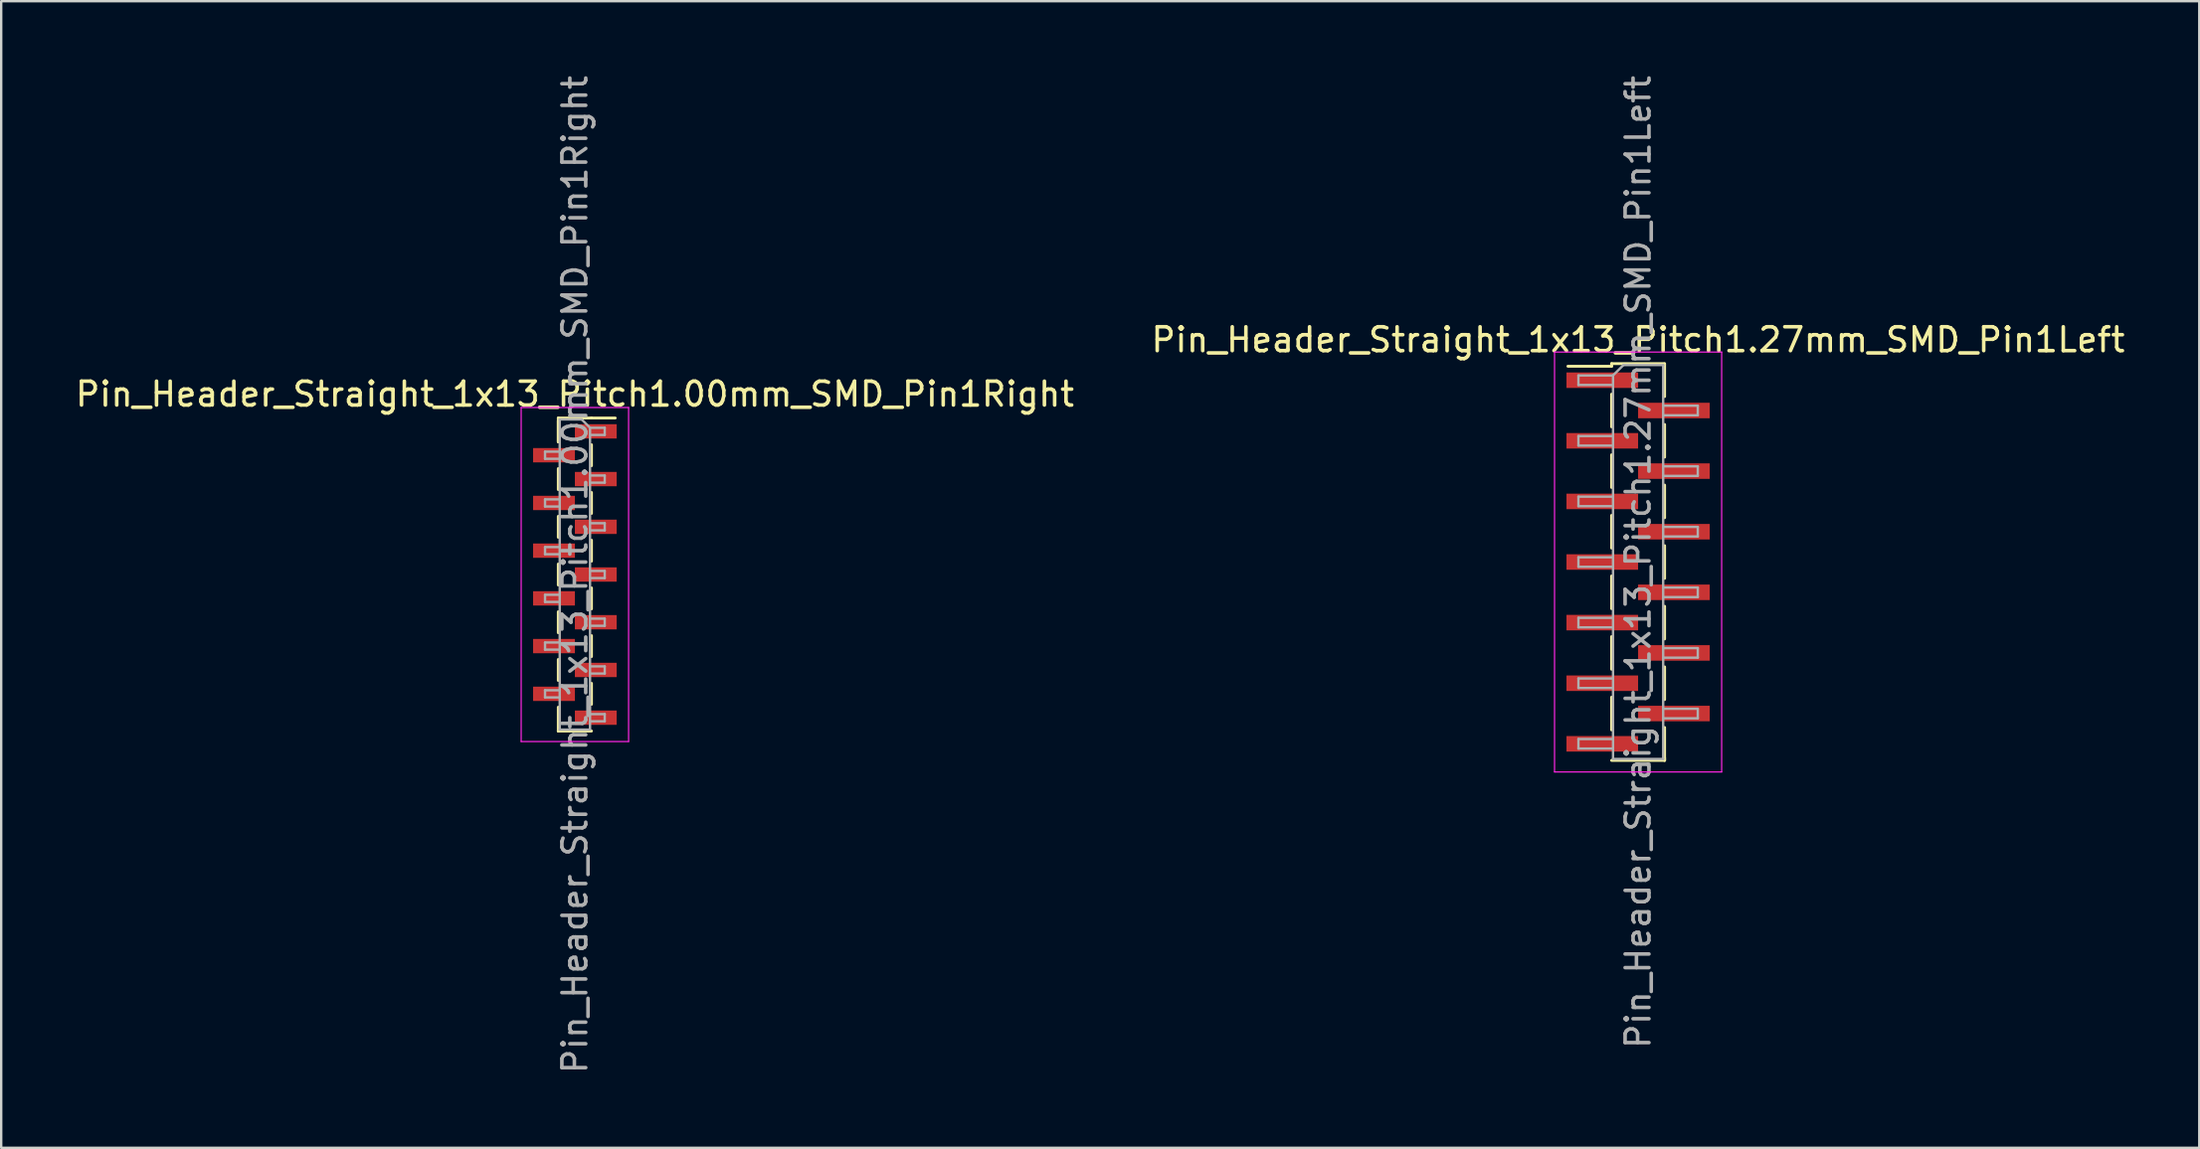
<source format=kicad_pcb>
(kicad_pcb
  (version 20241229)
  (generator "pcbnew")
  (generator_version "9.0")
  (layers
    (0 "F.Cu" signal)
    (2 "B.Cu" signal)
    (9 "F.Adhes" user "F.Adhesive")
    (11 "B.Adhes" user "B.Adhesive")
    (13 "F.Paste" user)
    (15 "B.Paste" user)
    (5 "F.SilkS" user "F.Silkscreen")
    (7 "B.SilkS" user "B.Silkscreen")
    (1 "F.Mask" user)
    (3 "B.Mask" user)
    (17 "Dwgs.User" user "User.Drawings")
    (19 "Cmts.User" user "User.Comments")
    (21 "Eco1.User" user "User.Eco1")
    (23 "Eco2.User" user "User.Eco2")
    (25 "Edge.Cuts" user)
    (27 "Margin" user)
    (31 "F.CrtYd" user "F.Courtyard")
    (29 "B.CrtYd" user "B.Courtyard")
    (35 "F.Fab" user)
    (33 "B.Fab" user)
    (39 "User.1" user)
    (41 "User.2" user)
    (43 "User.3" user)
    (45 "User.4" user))
  (footprint "Pin_Header_Straight_1x13_Pitch1.00mm_SMD_Pin1Right"
    (layer "F.Cu")
    (at 21.03 21.03)
    (property "Reference" "Pin_Header_Straight_1x13_Pitch1.00mm_SMD_Pin1Right" (at 0 -7.56 0) (layer "F.SilkS") (effects (font (size 1 1) (thickness 0.15))))
    (attr smd)
    (fp_line (start -0.695 -6.56) (end -0.695 -5.56) (stroke (width 0.12) (type solid)) (layer "F.SilkS"))
    (fp_line (start -0.695 -6.56) (end 0.695 -6.56) (stroke (width 0.12) (type solid)) (layer "F.SilkS"))
    (fp_line (start -0.695 -6.44) (end -0.695 -5.56) (stroke (width 0.12) (type solid)) (layer "F.SilkS"))
    (fp_line (start -0.695 -4.44) (end -0.695 -3.56) (stroke (width 0.12) (type solid)) (layer "F.SilkS"))
    (fp_line (start -0.695 -2.44) (end -0.695 -1.56) (stroke (width 0.12) (type solid)) (layer "F.SilkS"))
    (fp_line (start -0.695 -0.44) (end -0.695 0.44) (stroke (width 0.12) (type solid)) (layer "F.SilkS"))
    (fp_line (start -0.695 1.56) (end -0.695 2.44) (stroke (width 0.12) (type solid)) (layer "F.SilkS"))
    (fp_line (start -0.695 3.56) (end -0.695 4.44) (stroke (width 0.12) (type solid)) (layer "F.SilkS"))
    (fp_line (start -0.695 5.56) (end -0.695 6.56) (stroke (width 0.12) (type solid)) (layer "F.SilkS"))
    (fp_line (start -0.695 6.56) (end -0.695 6.56) (stroke (width 0.12) (type solid)) (layer "F.SilkS"))
    (fp_line (start -0.695 6.56) (end 0.695 6.56) (stroke (width 0.12) (type solid)) (layer "F.SilkS"))
    (fp_line (start 0.695 -6.56) (end 0.695 -6.56) (stroke (width 0.12) (type solid)) (layer "F.SilkS"))
    (fp_line (start 0.695 -6.56) (end 1.69 -6.56) (stroke (width 0.12) (type solid)) (layer "F.SilkS"))
    (fp_line (start 0.695 -5.44) (end 0.695 -4.56) (stroke (width 0.12) (type solid)) (layer "F.SilkS"))
    (fp_line (start 0.695 -3.44) (end 0.695 -2.56) (stroke (width 0.12) (type solid)) (layer "F.SilkS"))
    (fp_line (start 0.695 -1.44) (end 0.695 -0.56) (stroke (width 0.12) (type solid)) (layer "F.SilkS"))
    (fp_line (start 0.695 0.56) (end 0.695 1.44) (stroke (width 0.12) (type solid)) (layer "F.SilkS"))
    (fp_line (start 0.695 2.56) (end 0.695 3.44) (stroke (width 0.12) (type solid)) (layer "F.SilkS"))
    (fp_line (start 0.695 4.56) (end 0.695 5.44) (stroke (width 0.12) (type solid)) (layer "F.SilkS"))
    (fp_line (start -2.25 -7) (end -2.25 7) (stroke (width 0.05) (type solid)) (layer "F.CrtYd"))
    (fp_line (start -2.25 7) (end 2.25 7) (stroke (width 0.05) (type solid)) (layer "F.CrtYd"))
    (fp_line (start 2.25 -7) (end -2.25 -7) (stroke (width 0.05) (type solid)) (layer "F.CrtYd"))
    (fp_line (start 2.25 7) (end 2.25 -7) (stroke (width 0.05) (type solid)) (layer "F.CrtYd"))
    (fp_line (start -1.25 -5.15) (end -1.25 -4.85) (stroke (width 0.1) (type solid)) (layer "F.Fab"))
    (fp_line (start -1.25 -4.85) (end -0.635 -4.85) (stroke (width 0.1) (type solid)) (layer "F.Fab"))
    (fp_line (start -1.25 -3.15) (end -1.25 -2.85) (stroke (width 0.1) (type solid)) (layer "F.Fab"))
    (fp_line (start -1.25 -2.85) (end -0.635 -2.85) (stroke (width 0.1) (type solid)) (layer "F.Fab"))
    (fp_line (start -1.25 -1.15) (end -1.25 -0.85) (stroke (width 0.1) (type solid)) (layer "F.Fab"))
    (fp_line (start -1.25 -0.85) (end -0.635 -0.85) (stroke (width 0.1) (type solid)) (layer "F.Fab"))
    (fp_line (start -1.25 0.85) (end -1.25 1.15) (stroke (width 0.1) (type solid)) (layer "F.Fab"))
    (fp_line (start -1.25 1.15) (end -0.635 1.15) (stroke (width 0.1) (type solid)) (layer "F.Fab"))
    (fp_line (start -1.25 2.85) (end -1.25 3.15) (stroke (width 0.1) (type solid)) (layer "F.Fab"))
    (fp_line (start -1.25 3.15) (end -0.635 3.15) (stroke (width 0.1) (type solid)) (layer "F.Fab"))
    (fp_line (start -1.25 4.85) (end -1.25 5.15) (stroke (width 0.1) (type solid)) (layer "F.Fab"))
    (fp_line (start -1.25 5.15) (end -0.635 5.15) (stroke (width 0.1) (type solid)) (layer "F.Fab"))
    (fp_line (start -0.635 -6.5) (end -0.635 6.5) (stroke (width 0.1) (type solid)) (layer "F.Fab"))
    (fp_line (start -0.635 -6.5) (end 0.285 -6.5) (stroke (width 0.1) (type solid)) (layer "F.Fab"))
    (fp_line (start -0.635 -5.15) (end -1.25 -5.15) (stroke (width 0.1) (type solid)) (layer "F.Fab"))
    (fp_line (start -0.635 -3.15) (end -1.25 -3.15) (stroke (width 0.1) (type solid)) (layer "F.Fab"))
    (fp_line (start -0.635 -1.15) (end -1.25 -1.15) (stroke (width 0.1) (type solid)) (layer "F.Fab"))
    (fp_line (start -0.635 0.85) (end -1.25 0.85) (stroke (width 0.1) (type solid)) (layer "F.Fab"))
    (fp_line (start -0.635 2.85) (end -1.25 2.85) (stroke (width 0.1) (type solid)) (layer "F.Fab"))
    (fp_line (start -0.635 4.85) (end -1.25 4.85) (stroke (width 0.1) (type solid)) (layer "F.Fab"))
    (fp_line (start 0.635 -6.15) (end 0.285 -6.5) (stroke (width 0.1) (type solid)) (layer "F.Fab"))
    (fp_line (start 0.635 -6.15) (end 1.25 -6.15) (stroke (width 0.1) (type solid)) (layer "F.Fab"))
    (fp_line (start 0.635 -4.15) (end 1.25 -4.15) (stroke (width 0.1) (type solid)) (layer "F.Fab"))
    (fp_line (start 0.635 -2.15) (end 1.25 -2.15) (stroke (width 0.1) (type solid)) (layer "F.Fab"))
    (fp_line (start 0.635 -0.15) (end 1.25 -0.15) (stroke (width 0.1) (type solid)) (layer "F.Fab"))
    (fp_line (start 0.635 1.85) (end 1.25 1.85) (stroke (width 0.1) (type solid)) (layer "F.Fab"))
    (fp_line (start 0.635 3.85) (end 1.25 3.85) (stroke (width 0.1) (type solid)) (layer "F.Fab"))
    (fp_line (start 0.635 5.85) (end 1.25 5.85) (stroke (width 0.1) (type solid)) (layer "F.Fab"))
    (fp_line (start 0.635 6.5) (end -0.635 6.5) (stroke (width 0.1) (type solid)) (layer "F.Fab"))
    (fp_line (start 0.635 6.5) (end 0.635 -6.15) (stroke (width 0.1) (type solid)) (layer "F.Fab"))
    (fp_line (start 1.25 -6.15) (end 1.25 -5.85) (stroke (width 0.1) (type solid)) (layer "F.Fab"))
    (fp_line (start 1.25 -5.85) (end 0.635 -5.85) (stroke (width 0.1) (type solid)) (layer "F.Fab"))
    (fp_line (start 1.25 -4.15) (end 1.25 -3.85) (stroke (width 0.1) (type solid)) (layer "F.Fab"))
    (fp_line (start 1.25 -3.85) (end 0.635 -3.85) (stroke (width 0.1) (type solid)) (layer "F.Fab"))
    (fp_line (start 1.25 -2.15) (end 1.25 -1.85) (stroke (width 0.1) (type solid)) (layer "F.Fab"))
    (fp_line (start 1.25 -1.85) (end 0.635 -1.85) (stroke (width 0.1) (type solid)) (layer "F.Fab"))
    (fp_line (start 1.25 -0.15) (end 1.25 0.15) (stroke (width 0.1) (type solid)) (layer "F.Fab"))
    (fp_line (start 1.25 0.15) (end 0.635 0.15) (stroke (width 0.1) (type solid)) (layer "F.Fab"))
    (fp_line (start 1.25 1.85) (end 1.25 2.15) (stroke (width 0.1) (type solid)) (layer "F.Fab"))
    (fp_line (start 1.25 2.15) (end 0.635 2.15) (stroke (width 0.1) (type solid)) (layer "F.Fab"))
    (fp_line (start 1.25 3.85) (end 1.25 4.15) (stroke (width 0.1) (type solid)) (layer "F.Fab"))
    (fp_line (start 1.25 4.15) (end 0.635 4.15) (stroke (width 0.1) (type solid)) (layer "F.Fab"))
    (fp_line (start 1.25 5.85) (end 1.25 6.15) (stroke (width 0.1) (type solid)) (layer "F.Fab"))
    (fp_line (start 1.25 6.15) (end 0.635 6.15) (stroke (width 0.1) (type solid)) (layer "F.Fab"))
    (fp_text user "${REFERENCE}" (at 0 0 90) (layer "F.Fab") (effects (font (size 1 1) (thickness 0.15))))
    (pad "1" smd rect (at 0.875 -6) (size 1.75 0.6) (layers "F.Cu" "F.Mask" "F.Paste"))
    (pad "2" smd rect (at -0.875 -5) (size 1.75 0.6) (layers "F.Cu" "F.Mask" "F.Paste"))
    (pad "3" smd rect (at 0.875 -4) (size 1.75 0.6) (layers "F.Cu" "F.Mask" "F.Paste"))
    (pad "4" smd rect (at -0.875 -3) (size 1.75 0.6) (layers "F.Cu" "F.Mask" "F.Paste"))
    (pad "5" smd rect (at 0.875 -2) (size 1.75 0.6) (layers "F.Cu" "F.Mask" "F.Paste"))
    (pad "6" smd rect (at -0.875 -1) (size 1.75 0.6) (layers "F.Cu" "F.Mask" "F.Paste"))
    (pad "7" smd rect (at 0.875 0) (size 1.75 0.6) (layers "F.Cu" "F.Mask" "F.Paste"))
    (pad "8" smd rect (at -0.875 1) (size 1.75 0.6) (layers "F.Cu" "F.Mask" "F.Paste"))
    (pad "9" smd rect (at 0.875 2) (size 1.75 0.6) (layers "F.Cu" "F.Mask" "F.Paste"))
    (pad "10" smd rect (at -0.875 3) (size 1.75 0.6) (layers "F.Cu" "F.Mask" "F.Paste"))
    (pad "11" smd rect (at 0.875 4) (size 1.75 0.6) (layers "F.Cu" "F.Mask" "F.Paste"))
    (pad "12" smd rect (at -0.875 5) (size 1.75 0.6) (layers "F.Cu" "F.Mask" "F.Paste"))
    (pad "13" smd rect (at 0.875 6) (size 1.75 0.6) (layers "F.Cu" "F.Mask" "F.Paste")))
  (footprint "Pin_Header_Straight_1x13_Pitch1.27mm_SMD_Pin1Left"
    (layer "F.Cu")
    (at 65.565 20.506)
    (property "Reference" "Pin_Header_Straight_1x13_Pitch1.27mm_SMD_Pin1Left" (at 0 -9.315 0) (layer "F.SilkS") (effects (font (size 1 1) (thickness 0.15))))
    (attr smd)
    (fp_line (start -1.11 -8.315) (end -1.11 -8.205) (stroke (width 0.12) (type solid)) (layer "F.SilkS"))
    (fp_line (start -1.11 -8.315) (end 1.11 -8.315) (stroke (width 0.12) (type solid)) (layer "F.SilkS"))
    (fp_line (start -1.11 -8.205) (end -2.94 -8.205) (stroke (width 0.12) (type solid)) (layer "F.SilkS"))
    (fp_line (start -1.11 -7.035) (end -1.11 -5.665) (stroke (width 0.12) (type solid)) (layer "F.SilkS"))
    (fp_line (start -1.11 -4.495) (end -1.11 -3.125) (stroke (width 0.12) (type solid)) (layer "F.SilkS"))
    (fp_line (start -1.11 -1.955) (end -1.11 -0.585) (stroke (width 0.12) (type solid)) (layer "F.SilkS"))
    (fp_line (start -1.11 0.585) (end -1.11 1.955) (stroke (width 0.12) (type solid)) (layer "F.SilkS"))
    (fp_line (start -1.11 3.125) (end -1.11 4.495) (stroke (width 0.12) (type solid)) (layer "F.SilkS"))
    (fp_line (start -1.11 5.665) (end -1.11 7.035) (stroke (width 0.12) (type solid)) (layer "F.SilkS"))
    (fp_line (start -1.11 8.315) (end 1.11 8.315) (stroke (width 0.12) (type solid)) (layer "F.SilkS"))
    (fp_line (start 1.11 -8.305) (end 1.11 -6.935) (stroke (width 0.12) (type solid)) (layer "F.SilkS"))
    (fp_line (start 1.11 -5.765) (end 1.11 -4.395) (stroke (width 0.12) (type solid)) (layer "F.SilkS"))
    (fp_line (start 1.11 -3.225) (end 1.11 -1.855) (stroke (width 0.12) (type solid)) (layer "F.SilkS"))
    (fp_line (start 1.11 -0.685) (end 1.11 0.685) (stroke (width 0.12) (type solid)) (layer "F.SilkS"))
    (fp_line (start 1.11 1.855) (end 1.11 3.225) (stroke (width 0.12) (type solid)) (layer "F.SilkS"))
    (fp_line (start 1.11 4.395) (end 1.11 5.765) (stroke (width 0.12) (type solid)) (layer "F.SilkS"))
    (fp_line (start 1.11 6.935) (end 1.11 8.305) (stroke (width 0.12) (type solid)) (layer "F.SilkS"))
    (fp_line (start 1.11 8.205) (end 1.11 8.315) (stroke (width 0.12) (type solid)) (layer "F.SilkS"))
    (fp_line (start -3.5 -8.8) (end -3.5 8.8) (stroke (width 0.05) (type solid)) (layer "F.CrtYd"))
    (fp_line (start -3.5 8.8) (end 3.5 8.8) (stroke (width 0.05) (type solid)) (layer "F.CrtYd"))
    (fp_line (start 3.5 -8.8) (end -3.5 -8.8) (stroke (width 0.05) (type solid)) (layer "F.CrtYd"))
    (fp_line (start 3.5 8.8) (end 3.5 -8.8) (stroke (width 0.05) (type solid)) (layer "F.CrtYd"))
    (fp_line (start -2.5 -7.82) (end -2.5 -7.42) (stroke (width 0.1) (type solid)) (layer "F.Fab"))
    (fp_line (start -2.5 -7.42) (end -1.05 -7.42) (stroke (width 0.1) (type solid)) (layer "F.Fab"))
    (fp_line (start -2.5 -5.28) (end -2.5 -4.88) (stroke (width 0.1) (type solid)) (layer "F.Fab"))
    (fp_line (start -2.5 -4.88) (end -1.05 -4.88) (stroke (width 0.1) (type solid)) (layer "F.Fab"))
    (fp_line (start -2.5 -2.74) (end -2.5 -2.34) (stroke (width 0.1) (type solid)) (layer "F.Fab"))
    (fp_line (start -2.5 -2.34) (end -1.05 -2.34) (stroke (width 0.1) (type solid)) (layer "F.Fab"))
    (fp_line (start -2.5 -0.2) (end -2.5 0.2) (stroke (width 0.1) (type solid)) (layer "F.Fab"))
    (fp_line (start -2.5 0.2) (end -1.05 0.2) (stroke (width 0.1) (type solid)) (layer "F.Fab"))
    (fp_line (start -2.5 2.34) (end -2.5 2.74) (stroke (width 0.1) (type solid)) (layer "F.Fab"))
    (fp_line (start -2.5 2.74) (end -1.05 2.74) (stroke (width 0.1) (type solid)) (layer "F.Fab"))
    (fp_line (start -2.5 4.88) (end -2.5 5.28) (stroke (width 0.1) (type solid)) (layer "F.Fab"))
    (fp_line (start -2.5 5.28) (end -1.05 5.28) (stroke (width 0.1) (type solid)) (layer "F.Fab"))
    (fp_line (start -2.5 7.42) (end -2.5 7.82) (stroke (width 0.1) (type solid)) (layer "F.Fab"))
    (fp_line (start -2.5 7.82) (end -1.05 7.82) (stroke (width 0.1) (type solid)) (layer "F.Fab"))
    (fp_line (start -1.05 -7.82) (end -2.5 -7.82) (stroke (width 0.1) (type solid)) (layer "F.Fab"))
    (fp_line (start -1.05 -7.82) (end -0.615 -8.255) (stroke (width 0.1) (type solid)) (layer "F.Fab"))
    (fp_line (start -1.05 -5.28) (end -2.5 -5.28) (stroke (width 0.1) (type solid)) (layer "F.Fab"))
    (fp_line (start -1.05 -2.74) (end -2.5 -2.74) (stroke (width 0.1) (type solid)) (layer "F.Fab"))
    (fp_line (start -1.05 -0.2) (end -2.5 -0.2) (stroke (width 0.1) (type solid)) (layer "F.Fab"))
    (fp_line (start -1.05 2.34) (end -2.5 2.34) (stroke (width 0.1) (type solid)) (layer "F.Fab"))
    (fp_line (start -1.05 4.88) (end -2.5 4.88) (stroke (width 0.1) (type solid)) (layer "F.Fab"))
    (fp_line (start -1.05 7.42) (end -2.5 7.42) (stroke (width 0.1) (type solid)) (layer "F.Fab"))
    (fp_line (start -1.05 8.255) (end -1.05 -7.82) (stroke (width 0.1) (type solid)) (layer "F.Fab"))
    (fp_line (start -0.615 -8.255) (end 1.05 -8.255) (stroke (width 0.1) (type solid)) (layer "F.Fab"))
    (fp_line (start 1.05 -8.255) (end 1.05 8.255) (stroke (width 0.1) (type solid)) (layer "F.Fab"))
    (fp_line (start 1.05 -6.55) (end 2.5 -6.55) (stroke (width 0.1) (type solid)) (layer "F.Fab"))
    (fp_line (start 1.05 -4.01) (end 2.5 -4.01) (stroke (width 0.1) (type solid)) (layer "F.Fab"))
    (fp_line (start 1.05 -1.47) (end 2.5 -1.47) (stroke (width 0.1) (type solid)) (layer "F.Fab"))
    (fp_line (start 1.05 1.07) (end 2.5 1.07) (stroke (width 0.1) (type solid)) (layer "F.Fab"))
    (fp_line (start 1.05 3.61) (end 2.5 3.61) (stroke (width 0.1) (type solid)) (layer "F.Fab"))
    (fp_line (start 1.05 6.15) (end 2.5 6.15) (stroke (width 0.1) (type solid)) (layer "F.Fab"))
    (fp_line (start 1.05 8.255) (end -1.05 8.255) (stroke (width 0.1) (type solid)) (layer "F.Fab"))
    (fp_line (start 2.5 -6.55) (end 2.5 -6.15) (stroke (width 0.1) (type solid)) (layer "F.Fab"))
    (fp_line (start 2.5 -6.15) (end 1.05 -6.15) (stroke (width 0.1) (type solid)) (layer "F.Fab"))
    (fp_line (start 2.5 -4.01) (end 2.5 -3.61) (stroke (width 0.1) (type solid)) (layer "F.Fab"))
    (fp_line (start 2.5 -3.61) (end 1.05 -3.61) (stroke (width 0.1) (type solid)) (layer "F.Fab"))
    (fp_line (start 2.5 -1.47) (end 2.5 -1.07) (stroke (width 0.1) (type solid)) (layer "F.Fab"))
    (fp_line (start 2.5 -1.07) (end 1.05 -1.07) (stroke (width 0.1) (type solid)) (layer "F.Fab"))
    (fp_line (start 2.5 1.07) (end 2.5 1.47) (stroke (width 0.1) (type solid)) (layer "F.Fab"))
    (fp_line (start 2.5 1.47) (end 1.05 1.47) (stroke (width 0.1) (type solid)) (layer "F.Fab"))
    (fp_line (start 2.5 3.61) (end 2.5 4.01) (stroke (width 0.1) (type solid)) (layer "F.Fab"))
    (fp_line (start 2.5 4.01) (end 1.05 4.01) (stroke (width 0.1) (type solid)) (layer "F.Fab"))
    (fp_line (start 2.5 6.15) (end 2.5 6.55) (stroke (width 0.1) (type solid)) (layer "F.Fab"))
    (fp_line (start 2.5 6.55) (end 1.05 6.55) (stroke (width 0.1) (type solid)) (layer "F.Fab"))
    (fp_text user "${REFERENCE}" (at 0 0 90) (layer "F.Fab") (effects (font (size 1 1) (thickness 0.15))))
    (pad "1" smd rect (at -1.5 -7.62) (size 3 0.65) (layers "F.Cu" "F.Mask" "F.Paste"))
    (pad "2" smd rect (at 1.5 -6.35) (size 3 0.65) (layers "F.Cu" "F.Mask" "F.Paste"))
    (pad "3" smd rect (at -1.5 -5.08) (size 3 0.65) (layers "F.Cu" "F.Mask" "F.Paste"))
    (pad "4" smd rect (at 1.5 -3.81) (size 3 0.65) (layers "F.Cu" "F.Mask" "F.Paste"))
    (pad "5" smd rect (at -1.5 -2.54) (size 3 0.65) (layers "F.Cu" "F.Mask" "F.Paste"))
    (pad "6" smd rect (at 1.5 -1.27) (size 3 0.65) (layers "F.Cu" "F.Mask" "F.Paste"))
    (pad "7" smd rect (at -1.5 0) (size 3 0.65) (layers "F.Cu" "F.Mask" "F.Paste"))
    (pad "8" smd rect (at 1.5 1.27) (size 3 0.65) (layers "F.Cu" "F.Mask" "F.Paste"))
    (pad "9" smd rect (at -1.5 2.54) (size 3 0.65) (layers "F.Cu" "F.Mask" "F.Paste"))
    (pad "10" smd rect (at 1.5 3.81) (size 3 0.65) (layers "F.Cu" "F.Mask" "F.Paste"))
    (pad "11" smd rect (at -1.5 5.08) (size 3 0.65) (layers "F.Cu" "F.Mask" "F.Paste"))
    (pad "12" smd rect (at 1.5 6.35) (size 3 0.65) (layers "F.Cu" "F.Mask" "F.Paste"))
    (pad "13" smd rect (at -1.5 7.62) (size 3 0.65) (layers "F.Cu" "F.Mask" "F.Paste")))
  (gr_rect
    (start -3 -3)
    (end 89.071 45.06)
    (stroke (width 0.1) (type default))
    (fill no)
    (layer "Edge.Cuts")))
</source>
